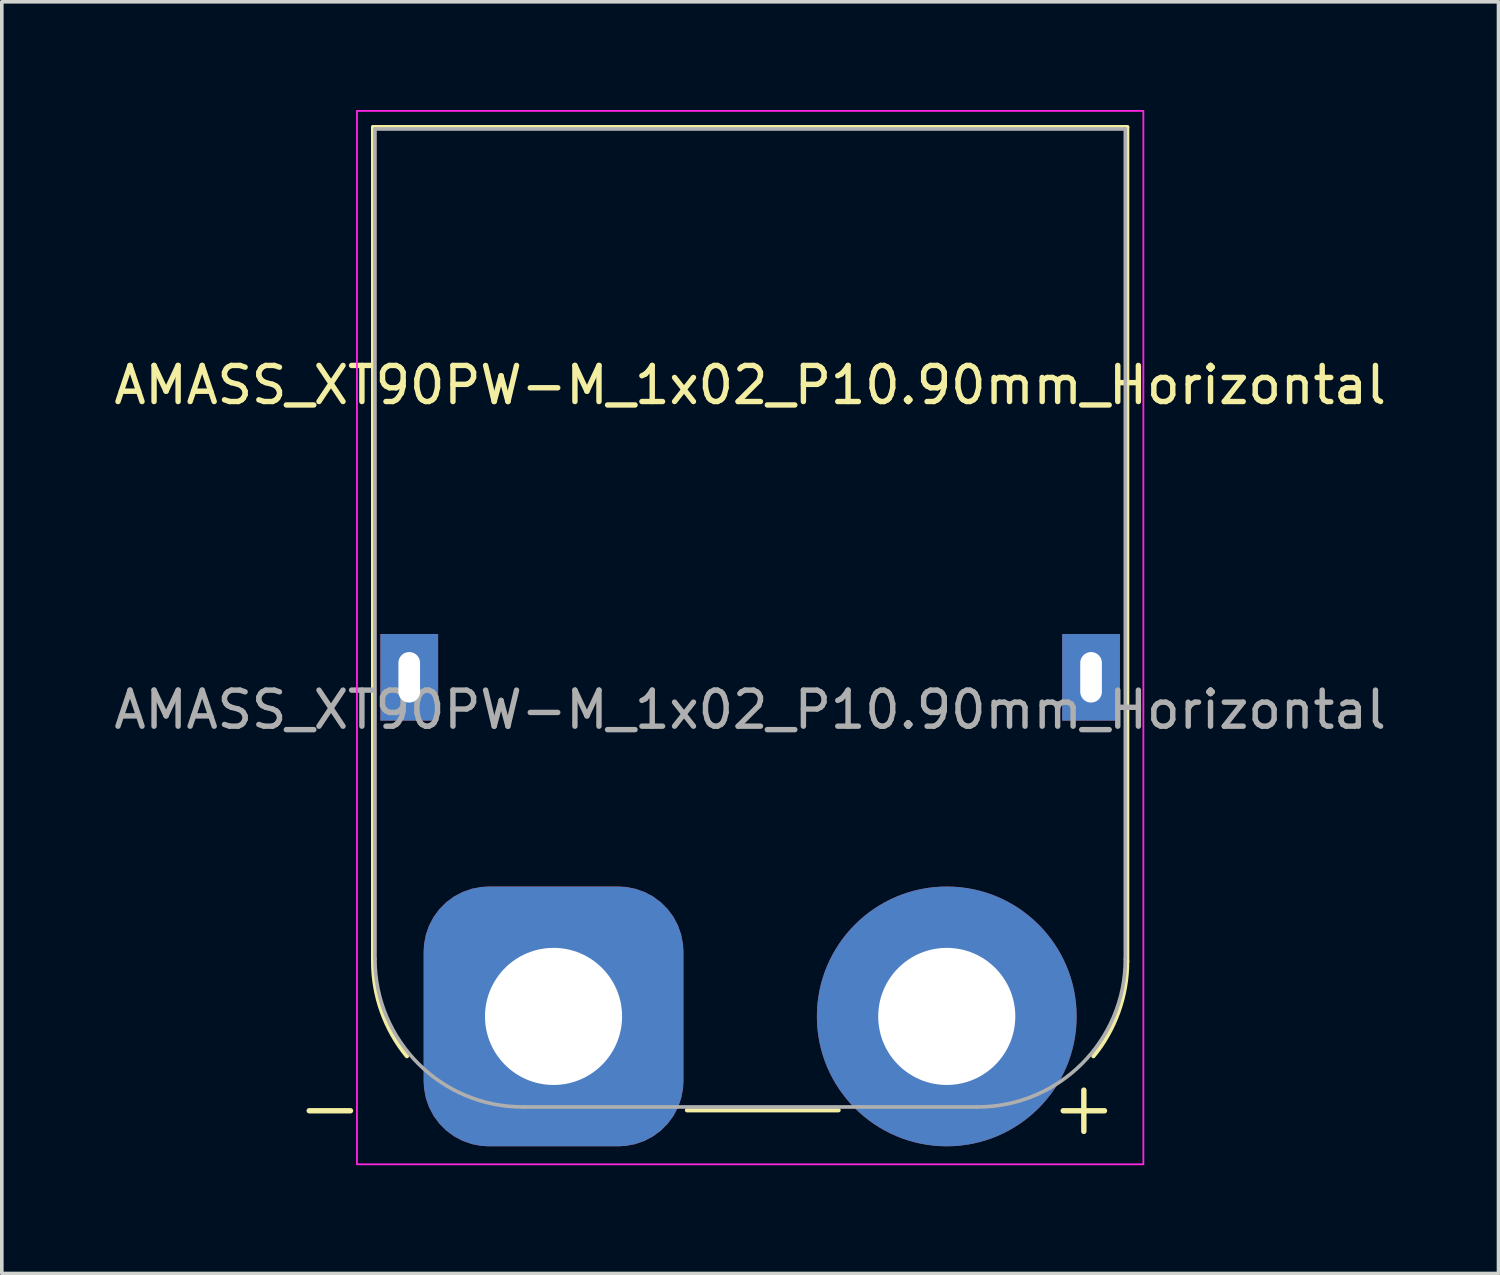
<source format=kicad_pcb>
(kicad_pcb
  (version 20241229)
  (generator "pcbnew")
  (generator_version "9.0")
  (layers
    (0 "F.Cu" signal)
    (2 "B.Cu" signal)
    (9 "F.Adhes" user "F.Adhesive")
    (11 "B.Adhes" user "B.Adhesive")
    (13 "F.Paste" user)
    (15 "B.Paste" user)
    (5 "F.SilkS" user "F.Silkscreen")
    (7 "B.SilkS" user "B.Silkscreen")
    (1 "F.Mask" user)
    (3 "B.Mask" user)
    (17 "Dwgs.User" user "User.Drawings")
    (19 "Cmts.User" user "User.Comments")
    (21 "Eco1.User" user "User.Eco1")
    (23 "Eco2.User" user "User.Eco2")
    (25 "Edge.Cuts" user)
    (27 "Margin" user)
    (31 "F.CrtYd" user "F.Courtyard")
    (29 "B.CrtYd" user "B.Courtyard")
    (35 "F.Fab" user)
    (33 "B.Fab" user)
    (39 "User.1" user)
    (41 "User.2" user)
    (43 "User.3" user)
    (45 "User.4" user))
  (footprint "AMASS_XT90PW-M_1x02_P10.90mm_Horizontal"
    (layer "F.Cu")
    (at 12.294 25.125)
    (property "Reference" "AMASS_XT90PW-M_1x02_P10.90mm_Horizontal" (at 5.45 -17.5 0) (layer "F.SilkS") (effects (font (size 1 1) (thickness 0.15))))
    (attr through_hole)
    (fp_line (start -5 -24.65) (end -5 -1.523) (stroke (width 0.12) (type solid)) (layer "F.SilkS"))
    (fp_line (start -5 -24.65) (end 15.9 -24.65) (stroke (width 0.12) (type solid)) (layer "F.SilkS"))
    (fp_line (start 3.7 2.6) (end 7.9 2.6) (stroke (width 0.12) (type solid)) (layer "F.SilkS"))
    (fp_line (start 15.9 -24.65) (end 15.9 -1.523) (stroke (width 0.12) (type solid)) (layer "F.SilkS"))
    (fp_arc (start -4.064641 1.1) (mid -4.759165 -0.130585) (end -5 -1.522958) (stroke (width 0.12) (type solid)) (layer "F.SilkS"))
    (fp_arc (start 15.9 -1.522958) (mid 15.659164 -0.130586) (end 14.964641 1.1) (stroke (width 0.12) (type solid)) (layer "F.SilkS"))
    (fp_rect (start -5.45 -25.1) (end 16.35 4.1) (stroke (width 0.05) (type default)) (fill no) (layer "F.CrtYd"))
    (fp_line (start -4.95 -24.6) (end -4.95 -1.59) (stroke (width 0.1) (type solid)) (layer "F.Fab"))
    (fp_line (start -4.95 -24.6) (end 15.85 -24.6) (stroke (width 0.1) (type solid)) (layer "F.Fab"))
    (fp_line (start -0.85 2.51) (end 11.75 2.51) (stroke (width 0.1) (type solid)) (layer "F.Fab"))
    (fp_line (start 15.85 -24.6) (end 15.85 -1.59) (stroke (width 0.1) (type solid)) (layer "F.Fab"))
    (fp_arc (start -0.85 2.51) (mid -3.749138 1.309138) (end -4.95 -1.59) (stroke (width 0.1) (type solid)) (layer "F.Fab"))
    (fp_arc (start 15.85 -1.59) (mid 14.649138 1.309138) (end 11.75 2.51) (stroke (width 0.1) (type solid)) (layer "F.Fab"))
    (fp_text user "-" (at -6.2 2.5 0) (layer "F.SilkS") (effects (font (size 1.5 1.5) (thickness 0.15))))
    (fp_text user "+" (at 14.7 2.5 0) (layer "F.SilkS") (effects (font (size 1.5 1.5) (thickness 0.15))))
    (fp_text user "${REFERENCE}" (at 5.45 -8.5 0) (layer "F.Fab") (effects (font (size 1 1) (thickness 0.15))))
    (pad "1" thru_hole roundrect (at 0 0) (size 7.2 7.2) (drill 3.8) (layers "*.Cu" "*.Mask") (roundrect_rratio 0.25))
    (pad "2" thru_hole circle (at 10.9 0) (size 7.2 7.2) (drill 3.8) (layers "*.Cu" "*.Mask"))
    (pad "3" thru_hole rect (at 14.9 -9.4) (size 1.6 2.4) (drill oval 0.6 1.4) (layers "*.Cu" "*.Mask"))
    (pad "4" thru_hole rect (at -4 -9.4) (size 1.6 2.4) (drill oval 0.6 1.4) (layers "*.Cu" "*.Mask")))
  (gr_rect
    (start -3 -3)
    (end 38.488 32.25)
    (stroke (width 0.1) (type default))
    (fill no)
    (layer "Edge.Cuts")))
</source>
